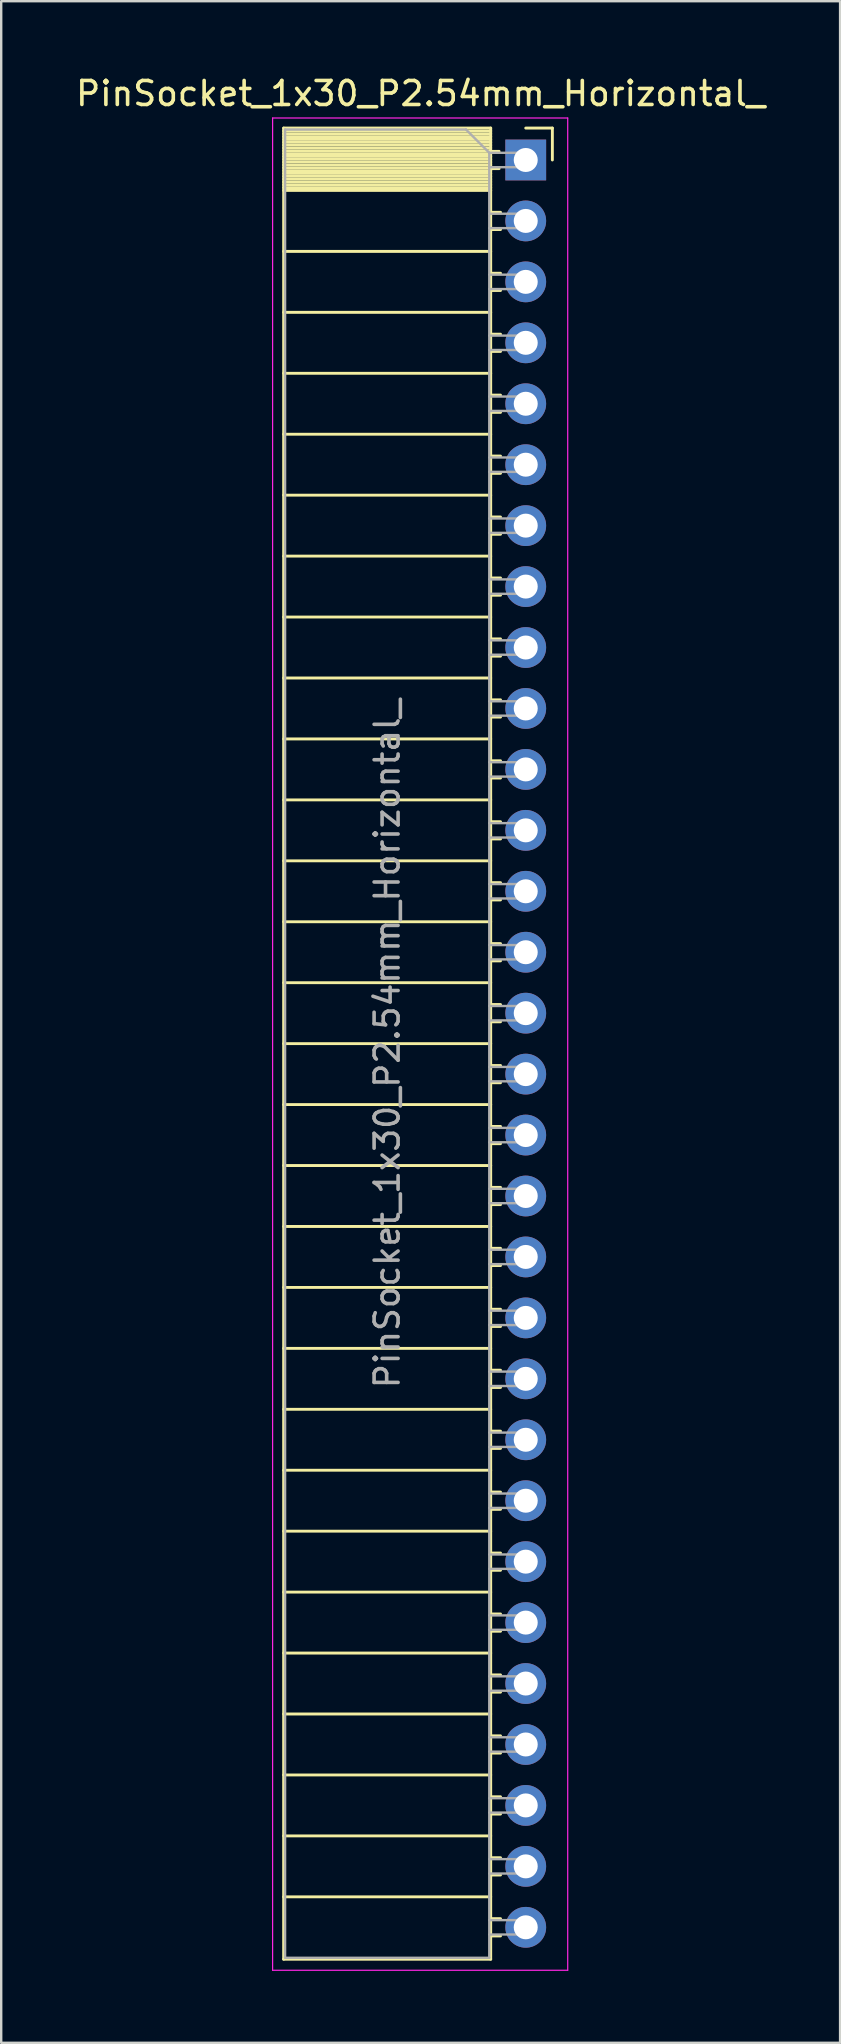
<source format=kicad_pcb>
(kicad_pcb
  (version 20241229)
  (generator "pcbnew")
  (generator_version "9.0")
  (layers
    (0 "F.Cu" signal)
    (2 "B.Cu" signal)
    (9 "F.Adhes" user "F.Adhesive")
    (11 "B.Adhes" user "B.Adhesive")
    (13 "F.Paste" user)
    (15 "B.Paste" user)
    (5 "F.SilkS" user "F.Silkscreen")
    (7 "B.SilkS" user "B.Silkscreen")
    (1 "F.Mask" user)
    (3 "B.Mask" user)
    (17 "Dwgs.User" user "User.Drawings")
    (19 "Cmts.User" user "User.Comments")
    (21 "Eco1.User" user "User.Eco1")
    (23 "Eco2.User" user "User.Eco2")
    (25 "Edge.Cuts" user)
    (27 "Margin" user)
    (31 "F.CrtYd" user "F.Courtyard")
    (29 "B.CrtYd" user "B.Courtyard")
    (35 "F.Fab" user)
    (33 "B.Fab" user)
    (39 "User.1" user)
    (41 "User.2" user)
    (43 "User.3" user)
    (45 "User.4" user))
  (footprint "PinSocket_1x30_P2.54mm_Horizontal_"
    (layer "F.Cu")
    (at 18.862 3.618)
    (property "Reference" "PinSocket_1x30_P2.54mm_Horizontal_" (at -4.38 -2.77 0) (layer "F.SilkS") (effects (font (size 1 1) (thickness 0.15))))
    (attr through_hole)
    (fp_line (start -10.09 -1.33) (end -10.09 74.99) (stroke (width 0.12) (type solid)) (layer "F.SilkS"))
    (fp_line (start -10.09 -1.33) (end -1.46 -1.33) (stroke (width 0.12) (type solid)) (layer "F.SilkS"))
    (fp_line (start -10.09 -1.21) (end -1.46 -1.21) (stroke (width 0.12) (type solid)) (layer "F.SilkS"))
    (fp_line (start -10.09 -1.092) (end -1.46 -1.092) (stroke (width 0.12) (type solid)) (layer "F.SilkS"))
    (fp_line (start -10.09 -0.974) (end -1.46 -0.974) (stroke (width 0.12) (type solid)) (layer "F.SilkS"))
    (fp_line (start -10.09 -0.856) (end -1.46 -0.856) (stroke (width 0.12) (type solid)) (layer "F.SilkS"))
    (fp_line (start -10.09 -0.738) (end -1.46 -0.738) (stroke (width 0.12) (type solid)) (layer "F.SilkS"))
    (fp_line (start -10.09 -0.62) (end -1.46 -0.62) (stroke (width 0.12) (type solid)) (layer "F.SilkS"))
    (fp_line (start -10.09 -0.501) (end -1.46 -0.501) (stroke (width 0.12) (type solid)) (layer "F.SilkS"))
    (fp_line (start -10.09 -0.383) (end -1.46 -0.383) (stroke (width 0.12) (type solid)) (layer "F.SilkS"))
    (fp_line (start -10.09 -0.265) (end -1.46 -0.265) (stroke (width 0.12) (type solid)) (layer "F.SilkS"))
    (fp_line (start -10.09 -0.147) (end -1.46 -0.147) (stroke (width 0.12) (type solid)) (layer "F.SilkS"))
    (fp_line (start -10.09 -0.029) (end -1.46 -0.029) (stroke (width 0.12) (type solid)) (layer "F.SilkS"))
    (fp_line (start -10.09 0.089) (end -1.46 0.089) (stroke (width 0.12) (type solid)) (layer "F.SilkS"))
    (fp_line (start -10.09 0.207) (end -1.46 0.207) (stroke (width 0.12) (type solid)) (layer "F.SilkS"))
    (fp_line (start -10.09 0.325) (end -1.46 0.325) (stroke (width 0.12) (type solid)) (layer "F.SilkS"))
    (fp_line (start -10.09 0.443) (end -1.46 0.443) (stroke (width 0.12) (type solid)) (layer "F.SilkS"))
    (fp_line (start -10.09 0.561) (end -1.46 0.561) (stroke (width 0.12) (type solid)) (layer "F.SilkS"))
    (fp_line (start -10.09 0.68) (end -1.46 0.68) (stroke (width 0.12) (type solid)) (layer "F.SilkS"))
    (fp_line (start -10.09 0.798) (end -1.46 0.798) (stroke (width 0.12) (type solid)) (layer "F.SilkS"))
    (fp_line (start -10.09 0.916) (end -1.46 0.916) (stroke (width 0.12) (type solid)) (layer "F.SilkS"))
    (fp_line (start -10.09 1.034) (end -1.46 1.034) (stroke (width 0.12) (type solid)) (layer "F.SilkS"))
    (fp_line (start -10.09 1.152) (end -1.46 1.152) (stroke (width 0.12) (type solid)) (layer "F.SilkS"))
    (fp_line (start -10.09 1.27) (end -1.46 1.27) (stroke (width 0.12) (type solid)) (layer "F.SilkS"))
    (fp_line (start -10.09 3.81) (end -1.46 3.81) (stroke (width 0.12) (type solid)) (layer "F.SilkS"))
    (fp_line (start -10.09 6.35) (end -1.46 6.35) (stroke (width 0.12) (type solid)) (layer "F.SilkS"))
    (fp_line (start -10.09 8.89) (end -1.46 8.89) (stroke (width 0.12) (type solid)) (layer "F.SilkS"))
    (fp_line (start -10.09 11.43) (end -1.46 11.43) (stroke (width 0.12) (type solid)) (layer "F.SilkS"))
    (fp_line (start -10.09 13.97) (end -1.46 13.97) (stroke (width 0.12) (type solid)) (layer "F.SilkS"))
    (fp_line (start -10.09 16.51) (end -1.46 16.51) (stroke (width 0.12) (type solid)) (layer "F.SilkS"))
    (fp_line (start -10.09 19.05) (end -1.46 19.05) (stroke (width 0.12) (type solid)) (layer "F.SilkS"))
    (fp_line (start -10.09 21.59) (end -1.46 21.59) (stroke (width 0.12) (type solid)) (layer "F.SilkS"))
    (fp_line (start -10.09 24.13) (end -1.46 24.13) (stroke (width 0.12) (type solid)) (layer "F.SilkS"))
    (fp_line (start -10.09 26.67) (end -1.46 26.67) (stroke (width 0.12) (type solid)) (layer "F.SilkS"))
    (fp_line (start -10.09 29.21) (end -1.46 29.21) (stroke (width 0.12) (type solid)) (layer "F.SilkS"))
    (fp_line (start -10.09 31.75) (end -1.46 31.75) (stroke (width 0.12) (type solid)) (layer "F.SilkS"))
    (fp_line (start -10.09 34.29) (end -1.46 34.29) (stroke (width 0.12) (type solid)) (layer "F.SilkS"))
    (fp_line (start -10.09 36.83) (end -1.46 36.83) (stroke (width 0.12) (type solid)) (layer "F.SilkS"))
    (fp_line (start -10.09 39.37) (end -1.46 39.37) (stroke (width 0.12) (type solid)) (layer "F.SilkS"))
    (fp_line (start -10.09 41.91) (end -1.46 41.91) (stroke (width 0.12) (type solid)) (layer "F.SilkS"))
    (fp_line (start -10.09 44.45) (end -1.46 44.45) (stroke (width 0.12) (type solid)) (layer "F.SilkS"))
    (fp_line (start -10.09 46.99) (end -1.46 46.99) (stroke (width 0.12) (type solid)) (layer "F.SilkS"))
    (fp_line (start -10.09 49.53) (end -1.46 49.53) (stroke (width 0.12) (type solid)) (layer "F.SilkS"))
    (fp_line (start -10.09 52.07) (end -1.46 52.07) (stroke (width 0.12) (type solid)) (layer "F.SilkS"))
    (fp_line (start -10.09 54.61) (end -1.46 54.61) (stroke (width 0.12) (type solid)) (layer "F.SilkS"))
    (fp_line (start -10.09 57.15) (end -1.46 57.15) (stroke (width 0.12) (type solid)) (layer "F.SilkS"))
    (fp_line (start -10.09 59.69) (end -1.46 59.69) (stroke (width 0.12) (type solid)) (layer "F.SilkS"))
    (fp_line (start -10.09 62.23) (end -1.46 62.23) (stroke (width 0.12) (type solid)) (layer "F.SilkS"))
    (fp_line (start -10.09 64.77) (end -1.46 64.77) (stroke (width 0.12) (type solid)) (layer "F.SilkS"))
    (fp_line (start -10.09 67.31) (end -1.46 67.31) (stroke (width 0.12) (type solid)) (layer "F.SilkS"))
    (fp_line (start -10.09 69.85) (end -1.46 69.85) (stroke (width 0.12) (type solid)) (layer "F.SilkS"))
    (fp_line (start -10.09 72.39) (end -1.46 72.39) (stroke (width 0.12) (type solid)) (layer "F.SilkS"))
    (fp_line (start -10.09 74.99) (end -1.46 74.99) (stroke (width 0.12) (type solid)) (layer "F.SilkS"))
    (fp_line (start -1.46 -1.33) (end -1.46 74.99) (stroke (width 0.12) (type solid)) (layer "F.SilkS"))
    (fp_line (start -1.46 -0.36) (end -1.11 -0.36) (stroke (width 0.12) (type solid)) (layer "F.SilkS"))
    (fp_line (start -1.46 0.36) (end -1.11 0.36) (stroke (width 0.12) (type solid)) (layer "F.SilkS"))
    (fp_line (start -1.46 2.18) (end -1.05 2.18) (stroke (width 0.12) (type solid)) (layer "F.SilkS"))
    (fp_line (start -1.46 2.9) (end -1.05 2.9) (stroke (width 0.12) (type solid)) (layer "F.SilkS"))
    (fp_line (start -1.46 4.72) (end -1.05 4.72) (stroke (width 0.12) (type solid)) (layer "F.SilkS"))
    (fp_line (start -1.46 5.44) (end -1.05 5.44) (stroke (width 0.12) (type solid)) (layer "F.SilkS"))
    (fp_line (start -1.46 7.26) (end -1.05 7.26) (stroke (width 0.12) (type solid)) (layer "F.SilkS"))
    (fp_line (start -1.46 7.98) (end -1.05 7.98) (stroke (width 0.12) (type solid)) (layer "F.SilkS"))
    (fp_line (start -1.46 9.8) (end -1.05 9.8) (stroke (width 0.12) (type solid)) (layer "F.SilkS"))
    (fp_line (start -1.46 10.52) (end -1.05 10.52) (stroke (width 0.12) (type solid)) (layer "F.SilkS"))
    (fp_line (start -1.46 12.34) (end -1.05 12.34) (stroke (width 0.12) (type solid)) (layer "F.SilkS"))
    (fp_line (start -1.46 13.06) (end -1.05 13.06) (stroke (width 0.12) (type solid)) (layer "F.SilkS"))
    (fp_line (start -1.46 14.88) (end -1.05 14.88) (stroke (width 0.12) (type solid)) (layer "F.SilkS"))
    (fp_line (start -1.46 15.6) (end -1.05 15.6) (stroke (width 0.12) (type solid)) (layer "F.SilkS"))
    (fp_line (start -1.46 17.42) (end -1.05 17.42) (stroke (width 0.12) (type solid)) (layer "F.SilkS"))
    (fp_line (start -1.46 18.14) (end -1.05 18.14) (stroke (width 0.12) (type solid)) (layer "F.SilkS"))
    (fp_line (start -1.46 19.96) (end -1.05 19.96) (stroke (width 0.12) (type solid)) (layer "F.SilkS"))
    (fp_line (start -1.46 20.68) (end -1.05 20.68) (stroke (width 0.12) (type solid)) (layer "F.SilkS"))
    (fp_line (start -1.46 22.5) (end -1.05 22.5) (stroke (width 0.12) (type solid)) (layer "F.SilkS"))
    (fp_line (start -1.46 23.22) (end -1.05 23.22) (stroke (width 0.12) (type solid)) (layer "F.SilkS"))
    (fp_line (start -1.46 25.04) (end -1.05 25.04) (stroke (width 0.12) (type solid)) (layer "F.SilkS"))
    (fp_line (start -1.46 25.76) (end -1.05 25.76) (stroke (width 0.12) (type solid)) (layer "F.SilkS"))
    (fp_line (start -1.46 27.58) (end -1.05 27.58) (stroke (width 0.12) (type solid)) (layer "F.SilkS"))
    (fp_line (start -1.46 28.3) (end -1.05 28.3) (stroke (width 0.12) (type solid)) (layer "F.SilkS"))
    (fp_line (start -1.46 30.12) (end -1.05 30.12) (stroke (width 0.12) (type solid)) (layer "F.SilkS"))
    (fp_line (start -1.46 30.84) (end -1.05 30.84) (stroke (width 0.12) (type solid)) (layer "F.SilkS"))
    (fp_line (start -1.46 32.66) (end -1.05 32.66) (stroke (width 0.12) (type solid)) (layer "F.SilkS"))
    (fp_line (start -1.46 33.38) (end -1.05 33.38) (stroke (width 0.12) (type solid)) (layer "F.SilkS"))
    (fp_line (start -1.46 35.2) (end -1.05 35.2) (stroke (width 0.12) (type solid)) (layer "F.SilkS"))
    (fp_line (start -1.46 35.92) (end -1.05 35.92) (stroke (width 0.12) (type solid)) (layer "F.SilkS"))
    (fp_line (start -1.46 37.74) (end -1.05 37.74) (stroke (width 0.12) (type solid)) (layer "F.SilkS"))
    (fp_line (start -1.46 38.46) (end -1.05 38.46) (stroke (width 0.12) (type solid)) (layer "F.SilkS"))
    (fp_line (start -1.46 40.28) (end -1.05 40.28) (stroke (width 0.12) (type solid)) (layer "F.SilkS"))
    (fp_line (start -1.46 41) (end -1.05 41) (stroke (width 0.12) (type solid)) (layer "F.SilkS"))
    (fp_line (start -1.46 42.82) (end -1.05 42.82) (stroke (width 0.12) (type solid)) (layer "F.SilkS"))
    (fp_line (start -1.46 43.54) (end -1.05 43.54) (stroke (width 0.12) (type solid)) (layer "F.SilkS"))
    (fp_line (start -1.46 45.36) (end -1.05 45.36) (stroke (width 0.12) (type solid)) (layer "F.SilkS"))
    (fp_line (start -1.46 46.08) (end -1.05 46.08) (stroke (width 0.12) (type solid)) (layer "F.SilkS"))
    (fp_line (start -1.46 47.9) (end -1.05 47.9) (stroke (width 0.12) (type solid)) (layer "F.SilkS"))
    (fp_line (start -1.46 48.62) (end -1.05 48.62) (stroke (width 0.12) (type solid)) (layer "F.SilkS"))
    (fp_line (start -1.46 50.44) (end -1.05 50.44) (stroke (width 0.12) (type solid)) (layer "F.SilkS"))
    (fp_line (start -1.46 51.16) (end -1.05 51.16) (stroke (width 0.12) (type solid)) (layer "F.SilkS"))
    (fp_line (start -1.46 52.98) (end -1.05 52.98) (stroke (width 0.12) (type solid)) (layer "F.SilkS"))
    (fp_line (start -1.46 53.7) (end -1.05 53.7) (stroke (width 0.12) (type solid)) (layer "F.SilkS"))
    (fp_line (start -1.46 55.52) (end -1.05 55.52) (stroke (width 0.12) (type solid)) (layer "F.SilkS"))
    (fp_line (start -1.46 56.24) (end -1.05 56.24) (stroke (width 0.12) (type solid)) (layer "F.SilkS"))
    (fp_line (start -1.46 58.06) (end -1.05 58.06) (stroke (width 0.12) (type solid)) (layer "F.SilkS"))
    (fp_line (start -1.46 58.78) (end -1.05 58.78) (stroke (width 0.12) (type solid)) (layer "F.SilkS"))
    (fp_line (start -1.46 60.6) (end -1.05 60.6) (stroke (width 0.12) (type solid)) (layer "F.SilkS"))
    (fp_line (start -1.46 61.32) (end -1.05 61.32) (stroke (width 0.12) (type solid)) (layer "F.SilkS"))
    (fp_line (start -1.46 63.14) (end -1.05 63.14) (stroke (width 0.12) (type solid)) (layer "F.SilkS"))
    (fp_line (start -1.46 63.86) (end -1.05 63.86) (stroke (width 0.12) (type solid)) (layer "F.SilkS"))
    (fp_line (start -1.46 65.68) (end -1.05 65.68) (stroke (width 0.12) (type solid)) (layer "F.SilkS"))
    (fp_line (start -1.46 66.4) (end -1.05 66.4) (stroke (width 0.12) (type solid)) (layer "F.SilkS"))
    (fp_line (start -1.46 68.22) (end -1.05 68.22) (stroke (width 0.12) (type solid)) (layer "F.SilkS"))
    (fp_line (start -1.46 68.94) (end -1.05 68.94) (stroke (width 0.12) (type solid)) (layer "F.SilkS"))
    (fp_line (start -1.46 70.76) (end -1.05 70.76) (stroke (width 0.12) (type solid)) (layer "F.SilkS"))
    (fp_line (start -1.46 71.48) (end -1.05 71.48) (stroke (width 0.12) (type solid)) (layer "F.SilkS"))
    (fp_line (start -1.46 73.3) (end -1.05 73.3) (stroke (width 0.12) (type solid)) (layer "F.SilkS"))
    (fp_line (start -1.46 74.02) (end -1.05 74.02) (stroke (width 0.12) (type solid)) (layer "F.SilkS"))
    (fp_line (start 0 -1.33) (end 1.11 -1.33) (stroke (width 0.12) (type solid)) (layer "F.SilkS"))
    (fp_line (start 1.11 -1.33) (end 1.11 0) (stroke (width 0.12) (type solid)) (layer "F.SilkS"))
    (fp_line (start -10.55 -1.75) (end -10.55 75.45) (stroke (width 0.05) (type solid)) (layer "F.CrtYd"))
    (fp_line (start -10.55 75.45) (end 1.75 75.45) (stroke (width 0.05) (type solid)) (layer "F.CrtYd"))
    (fp_line (start 1.75 -1.75) (end -10.55 -1.75) (stroke (width 0.05) (type solid)) (layer "F.CrtYd"))
    (fp_line (start 1.75 75.45) (end 1.75 -1.75) (stroke (width 0.05) (type solid)) (layer "F.CrtYd"))
    (fp_line (start -10.03 -1.27) (end -2.49 -1.27) (stroke (width 0.1) (type solid)) (layer "F.Fab"))
    (fp_line (start -10.03 74.93) (end -10.03 -1.27) (stroke (width 0.1) (type solid)) (layer "F.Fab"))
    (fp_line (start -2.49 -1.27) (end -1.52 -0.3) (stroke (width 0.1) (type solid)) (layer "F.Fab"))
    (fp_line (start -1.52 -0.3) (end -1.52 74.93) (stroke (width 0.1) (type solid)) (layer "F.Fab"))
    (fp_line (start -1.52 0.3) (end 0 0.3) (stroke (width 0.1) (type solid)) (layer "F.Fab"))
    (fp_line (start -1.52 2.84) (end 0 2.84) (stroke (width 0.1) (type solid)) (layer "F.Fab"))
    (fp_line (start -1.52 5.38) (end 0 5.38) (stroke (width 0.1) (type solid)) (layer "F.Fab"))
    (fp_line (start -1.52 7.92) (end 0 7.92) (stroke (width 0.1) (type solid)) (layer "F.Fab"))
    (fp_line (start -1.52 10.46) (end 0 10.46) (stroke (width 0.1) (type solid)) (layer "F.Fab"))
    (fp_line (start -1.52 13) (end 0 13) (stroke (width 0.1) (type solid)) (layer "F.Fab"))
    (fp_line (start -1.52 15.54) (end 0 15.54) (stroke (width 0.1) (type solid)) (layer "F.Fab"))
    (fp_line (start -1.52 18.08) (end 0 18.08) (stroke (width 0.1) (type solid)) (layer "F.Fab"))
    (fp_line (start -1.52 20.62) (end 0 20.62) (stroke (width 0.1) (type solid)) (layer "F.Fab"))
    (fp_line (start -1.52 23.16) (end 0 23.16) (stroke (width 0.1) (type solid)) (layer "F.Fab"))
    (fp_line (start -1.52 25.7) (end 0 25.7) (stroke (width 0.1) (type solid)) (layer "F.Fab"))
    (fp_line (start -1.52 28.24) (end 0 28.24) (stroke (width 0.1) (type solid)) (layer "F.Fab"))
    (fp_line (start -1.52 30.78) (end 0 30.78) (stroke (width 0.1) (type solid)) (layer "F.Fab"))
    (fp_line (start -1.52 33.32) (end 0 33.32) (stroke (width 0.1) (type solid)) (layer "F.Fab"))
    (fp_line (start -1.52 35.86) (end 0 35.86) (stroke (width 0.1) (type solid)) (layer "F.Fab"))
    (fp_line (start -1.52 38.4) (end 0 38.4) (stroke (width 0.1) (type solid)) (layer "F.Fab"))
    (fp_line (start -1.52 40.94) (end 0 40.94) (stroke (width 0.1) (type solid)) (layer "F.Fab"))
    (fp_line (start -1.52 43.48) (end 0 43.48) (stroke (width 0.1) (type solid)) (layer "F.Fab"))
    (fp_line (start -1.52 46.02) (end 0 46.02) (stroke (width 0.1) (type solid)) (layer "F.Fab"))
    (fp_line (start -1.52 48.56) (end 0 48.56) (stroke (width 0.1) (type solid)) (layer "F.Fab"))
    (fp_line (start -1.52 51.1) (end 0 51.1) (stroke (width 0.1) (type solid)) (layer "F.Fab"))
    (fp_line (start -1.52 53.64) (end 0 53.64) (stroke (width 0.1) (type solid)) (layer "F.Fab"))
    (fp_line (start -1.52 56.18) (end 0 56.18) (stroke (width 0.1) (type solid)) (layer "F.Fab"))
    (fp_line (start -1.52 58.72) (end 0 58.72) (stroke (width 0.1) (type solid)) (layer "F.Fab"))
    (fp_line (start -1.52 61.26) (end 0 61.26) (stroke (width 0.1) (type solid)) (layer "F.Fab"))
    (fp_line (start -1.52 63.8) (end 0 63.8) (stroke (width 0.1) (type solid)) (layer "F.Fab"))
    (fp_line (start -1.52 66.34) (end 0 66.34) (stroke (width 0.1) (type solid)) (layer "F.Fab"))
    (fp_line (start -1.52 68.88) (end 0 68.88) (stroke (width 0.1) (type solid)) (layer "F.Fab"))
    (fp_line (start -1.52 71.42) (end 0 71.42) (stroke (width 0.1) (type solid)) (layer "F.Fab"))
    (fp_line (start -1.52 73.96) (end 0 73.96) (stroke (width 0.1) (type solid)) (layer "F.Fab"))
    (fp_line (start -1.52 74.93) (end -10.03 74.93) (stroke (width 0.1) (type solid)) (layer "F.Fab"))
    (fp_line (start 0 -0.3) (end -1.52 -0.3) (stroke (width 0.1) (type solid)) (layer "F.Fab"))
    (fp_line (start 0 0.3) (end 0 -0.3) (stroke (width 0.1) (type solid)) (layer "F.Fab"))
    (fp_line (start 0 2.24) (end -1.52 2.24) (stroke (width 0.1) (type solid)) (layer "F.Fab"))
    (fp_line (start 0 2.84) (end 0 2.24) (stroke (width 0.1) (type solid)) (layer "F.Fab"))
    (fp_line (start 0 4.78) (end -1.52 4.78) (stroke (width 0.1) (type solid)) (layer "F.Fab"))
    (fp_line (start 0 5.38) (end 0 4.78) (stroke (width 0.1) (type solid)) (layer "F.Fab"))
    (fp_line (start 0 7.32) (end -1.52 7.32) (stroke (width 0.1) (type solid)) (layer "F.Fab"))
    (fp_line (start 0 7.92) (end 0 7.32) (stroke (width 0.1) (type solid)) (layer "F.Fab"))
    (fp_line (start 0 9.86) (end -1.52 9.86) (stroke (width 0.1) (type solid)) (layer "F.Fab"))
    (fp_line (start 0 10.46) (end 0 9.86) (stroke (width 0.1) (type solid)) (layer "F.Fab"))
    (fp_line (start 0 12.4) (end -1.52 12.4) (stroke (width 0.1) (type solid)) (layer "F.Fab"))
    (fp_line (start 0 13) (end 0 12.4) (stroke (width 0.1) (type solid)) (layer "F.Fab"))
    (fp_line (start 0 14.94) (end -1.52 14.94) (stroke (width 0.1) (type solid)) (layer "F.Fab"))
    (fp_line (start 0 15.54) (end 0 14.94) (stroke (width 0.1) (type solid)) (layer "F.Fab"))
    (fp_line (start 0 17.48) (end -1.52 17.48) (stroke (width 0.1) (type solid)) (layer "F.Fab"))
    (fp_line (start 0 18.08) (end 0 17.48) (stroke (width 0.1) (type solid)) (layer "F.Fab"))
    (fp_line (start 0 20.02) (end -1.52 20.02) (stroke (width 0.1) (type solid)) (layer "F.Fab"))
    (fp_line (start 0 20.62) (end 0 20.02) (stroke (width 0.1) (type solid)) (layer "F.Fab"))
    (fp_line (start 0 22.56) (end -1.52 22.56) (stroke (width 0.1) (type solid)) (layer "F.Fab"))
    (fp_line (start 0 23.16) (end 0 22.56) (stroke (width 0.1) (type solid)) (layer "F.Fab"))
    (fp_line (start 0 25.1) (end -1.52 25.1) (stroke (width 0.1) (type solid)) (layer "F.Fab"))
    (fp_line (start 0 25.7) (end 0 25.1) (stroke (width 0.1) (type solid)) (layer "F.Fab"))
    (fp_line (start 0 27.64) (end -1.52 27.64) (stroke (width 0.1) (type solid)) (layer "F.Fab"))
    (fp_line (start 0 28.24) (end 0 27.64) (stroke (width 0.1) (type solid)) (layer "F.Fab"))
    (fp_line (start 0 30.18) (end -1.52 30.18) (stroke (width 0.1) (type solid)) (layer "F.Fab"))
    (fp_line (start 0 30.78) (end 0 30.18) (stroke (width 0.1) (type solid)) (layer "F.Fab"))
    (fp_line (start 0 32.72) (end -1.52 32.72) (stroke (width 0.1) (type solid)) (layer "F.Fab"))
    (fp_line (start 0 33.32) (end 0 32.72) (stroke (width 0.1) (type solid)) (layer "F.Fab"))
    (fp_line (start 0 35.26) (end -1.52 35.26) (stroke (width 0.1) (type solid)) (layer "F.Fab"))
    (fp_line (start 0 35.86) (end 0 35.26) (stroke (width 0.1) (type solid)) (layer "F.Fab"))
    (fp_line (start 0 37.8) (end -1.52 37.8) (stroke (width 0.1) (type solid)) (layer "F.Fab"))
    (fp_line (start 0 38.4) (end 0 37.8) (stroke (width 0.1) (type solid)) (layer "F.Fab"))
    (fp_line (start 0 40.34) (end -1.52 40.34) (stroke (width 0.1) (type solid)) (layer "F.Fab"))
    (fp_line (start 0 40.94) (end 0 40.34) (stroke (width 0.1) (type solid)) (layer "F.Fab"))
    (fp_line (start 0 42.88) (end -1.52 42.88) (stroke (width 0.1) (type solid)) (layer "F.Fab"))
    (fp_line (start 0 43.48) (end 0 42.88) (stroke (width 0.1) (type solid)) (layer "F.Fab"))
    (fp_line (start 0 45.42) (end -1.52 45.42) (stroke (width 0.1) (type solid)) (layer "F.Fab"))
    (fp_line (start 0 46.02) (end 0 45.42) (stroke (width 0.1) (type solid)) (layer "F.Fab"))
    (fp_line (start 0 47.96) (end -1.52 47.96) (stroke (width 0.1) (type solid)) (layer "F.Fab"))
    (fp_line (start 0 48.56) (end 0 47.96) (stroke (width 0.1) (type solid)) (layer "F.Fab"))
    (fp_line (start 0 50.5) (end -1.52 50.5) (stroke (width 0.1) (type solid)) (layer "F.Fab"))
    (fp_line (start 0 51.1) (end 0 50.5) (stroke (width 0.1) (type solid)) (layer "F.Fab"))
    (fp_line (start 0 53.04) (end -1.52 53.04) (stroke (width 0.1) (type solid)) (layer "F.Fab"))
    (fp_line (start 0 53.64) (end 0 53.04) (stroke (width 0.1) (type solid)) (layer "F.Fab"))
    (fp_line (start 0 55.58) (end -1.52 55.58) (stroke (width 0.1) (type solid)) (layer "F.Fab"))
    (fp_line (start 0 56.18) (end 0 55.58) (stroke (width 0.1) (type solid)) (layer "F.Fab"))
    (fp_line (start 0 58.12) (end -1.52 58.12) (stroke (width 0.1) (type solid)) (layer "F.Fab"))
    (fp_line (start 0 58.72) (end 0 58.12) (stroke (width 0.1) (type solid)) (layer "F.Fab"))
    (fp_line (start 0 60.66) (end -1.52 60.66) (stroke (width 0.1) (type solid)) (layer "F.Fab"))
    (fp_line (start 0 61.26) (end 0 60.66) (stroke (width 0.1) (type solid)) (layer "F.Fab"))
    (fp_line (start 0 63.2) (end -1.52 63.2) (stroke (width 0.1) (type solid)) (layer "F.Fab"))
    (fp_line (start 0 63.8) (end 0 63.2) (stroke (width 0.1) (type solid)) (layer "F.Fab"))
    (fp_line (start 0 65.74) (end -1.52 65.74) (stroke (width 0.1) (type solid)) (layer "F.Fab"))
    (fp_line (start 0 66.34) (end 0 65.74) (stroke (width 0.1) (type solid)) (layer "F.Fab"))
    (fp_line (start 0 68.28) (end -1.52 68.28) (stroke (width 0.1) (type solid)) (layer "F.Fab"))
    (fp_line (start 0 68.88) (end 0 68.28) (stroke (width 0.1) (type solid)) (layer "F.Fab"))
    (fp_line (start 0 70.82) (end -1.52 70.82) (stroke (width 0.1) (type solid)) (layer "F.Fab"))
    (fp_line (start 0 71.42) (end 0 70.82) (stroke (width 0.1) (type solid)) (layer "F.Fab"))
    (fp_line (start 0 73.36) (end -1.52 73.36) (stroke (width 0.1) (type solid)) (layer "F.Fab"))
    (fp_line (start 0 73.96) (end 0 73.36) (stroke (width 0.1) (type solid)) (layer "F.Fab"))
    (fp_text user "${REFERENCE}" (at -5.775 36.83 90) (layer "F.Fab") (effects (font (size 1 1) (thickness 0.15))))
    (pad "1" thru_hole rect (at 0 0) (size 1.7 1.7) (drill 1) (layers "*.Cu" "*.Mask"))
    (pad "2" thru_hole oval (at 0 2.54) (size 1.7 1.7) (drill 1) (layers "*.Cu" "*.Mask"))
    (pad "3" thru_hole oval (at 0 5.08) (size 1.7 1.7) (drill 1) (layers "*.Cu" "*.Mask"))
    (pad "4" thru_hole oval (at 0 7.62) (size 1.7 1.7) (drill 1) (layers "*.Cu" "*.Mask"))
    (pad "5" thru_hole oval (at 0 10.16) (size 1.7 1.7) (drill 1) (layers "*.Cu" "*.Mask"))
    (pad "6" thru_hole oval (at 0 12.7) (size 1.7 1.7) (drill 1) (layers "*.Cu" "*.Mask"))
    (pad "7" thru_hole oval (at 0 15.24) (size 1.7 1.7) (drill 1) (layers "*.Cu" "*.Mask"))
    (pad "8" thru_hole oval (at 0 17.78) (size 1.7 1.7) (drill 1) (layers "*.Cu" "*.Mask"))
    (pad "9" thru_hole oval (at 0 20.32) (size 1.7 1.7) (drill 1) (layers "*.Cu" "*.Mask"))
    (pad "10" thru_hole oval (at 0 22.86) (size 1.7 1.7) (drill 1) (layers "*.Cu" "*.Mask"))
    (pad "11" thru_hole oval (at 0 25.4) (size 1.7 1.7) (drill 1) (layers "*.Cu" "*.Mask"))
    (pad "12" thru_hole oval (at 0 27.94) (size 1.7 1.7) (drill 1) (layers "*.Cu" "*.Mask"))
    (pad "13" thru_hole oval (at 0 30.48) (size 1.7 1.7) (drill 1) (layers "*.Cu" "*.Mask"))
    (pad "14" thru_hole oval (at 0 33.02) (size 1.7 1.7) (drill 1) (layers "*.Cu" "*.Mask"))
    (pad "15" thru_hole oval (at 0 35.56) (size 1.7 1.7) (drill 1) (layers "*.Cu" "*.Mask"))
    (pad "16" thru_hole oval (at 0 38.1) (size 1.7 1.7) (drill 1) (layers "*.Cu" "*.Mask"))
    (pad "17" thru_hole oval (at 0 40.64) (size 1.7 1.7) (drill 1) (layers "*.Cu" "*.Mask"))
    (pad "18" thru_hole oval (at 0 43.18) (size 1.7 1.7) (drill 1) (layers "*.Cu" "*.Mask"))
    (pad "19" thru_hole oval (at 0 45.72) (size 1.7 1.7) (drill 1) (layers "*.Cu" "*.Mask"))
    (pad "20" thru_hole oval (at 0 48.26) (size 1.7 1.7) (drill 1) (layers "*.Cu" "*.Mask"))
    (pad "21" thru_hole oval (at 0 50.8) (size 1.7 1.7) (drill 1) (layers "*.Cu" "*.Mask"))
    (pad "22" thru_hole oval (at 0 53.34) (size 1.7 1.7) (drill 1) (layers "*.Cu" "*.Mask"))
    (pad "23" thru_hole oval (at 0 55.88) (size 1.7 1.7) (drill 1) (layers "*.Cu" "*.Mask"))
    (pad "24" thru_hole oval (at 0 58.42) (size 1.7 1.7) (drill 1) (layers "*.Cu" "*.Mask"))
    (pad "25" thru_hole oval (at 0 60.96) (size 1.7 1.7) (drill 1) (layers "*.Cu" "*.Mask"))
    (pad "26" thru_hole oval (at 0 63.5) (size 1.7 1.7) (drill 1) (layers "*.Cu" "*.Mask"))
    (pad "27" thru_hole oval (at 0 66.04) (size 1.7 1.7) (drill 1) (layers "*.Cu" "*.Mask"))
    (pad "28" thru_hole oval (at 0 68.58) (size 1.7 1.7) (drill 1) (layers "*.Cu" "*.Mask"))
    (pad "29" thru_hole oval (at 0 71.12) (size 1.7 1.7) (drill 1) (layers "*.Cu" "*.Mask"))
    (pad "30" thru_hole oval (at 0 73.66) (size 1.7 1.7) (drill 1) (layers "*.Cu" "*.Mask")))
  (gr_rect
    (start -3 -3)
    (end 31.964 82.093)
    (stroke (width 0.1) (type default))
    (fill no)
    (layer "Edge.Cuts")))
</source>
